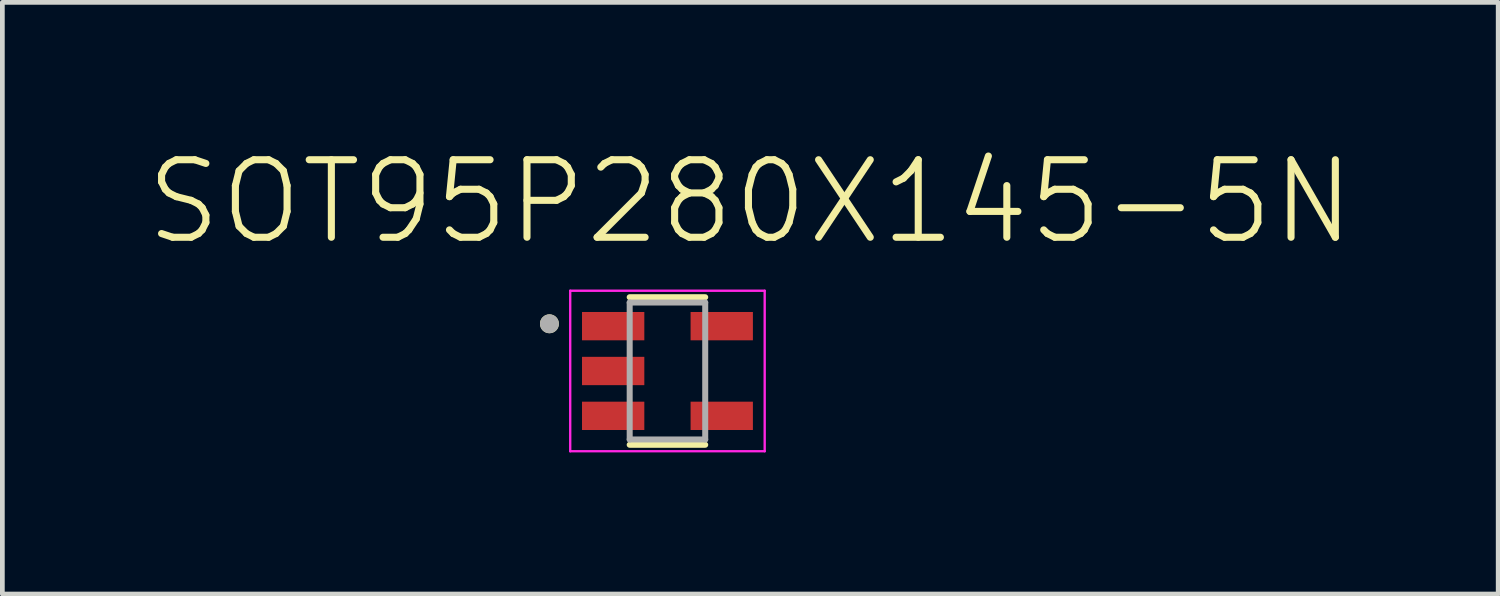
<source format=kicad_pcb>
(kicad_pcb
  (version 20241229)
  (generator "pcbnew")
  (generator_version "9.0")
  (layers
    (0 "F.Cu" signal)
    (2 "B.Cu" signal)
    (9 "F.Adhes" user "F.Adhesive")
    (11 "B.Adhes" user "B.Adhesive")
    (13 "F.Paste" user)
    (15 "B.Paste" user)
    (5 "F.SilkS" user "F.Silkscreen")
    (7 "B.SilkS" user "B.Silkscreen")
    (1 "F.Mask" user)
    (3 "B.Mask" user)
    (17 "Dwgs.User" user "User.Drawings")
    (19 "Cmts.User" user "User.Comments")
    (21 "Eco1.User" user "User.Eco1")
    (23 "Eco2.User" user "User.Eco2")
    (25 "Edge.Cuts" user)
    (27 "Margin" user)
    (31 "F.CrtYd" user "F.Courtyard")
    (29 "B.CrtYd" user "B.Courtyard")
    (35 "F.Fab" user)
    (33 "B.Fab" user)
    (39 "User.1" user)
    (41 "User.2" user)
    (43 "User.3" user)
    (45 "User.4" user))
  (footprint "SOT95P280X145-5N"
    (layer "F.Cu")
    (at 11.089 4.809)
    (property "Reference" "SOT95P280X145-5N" (at 1.755 -3.585 0) (layer "F.SilkS") (effects (font (size 1.642 1.642) (thickness 0.15))))
    (attr smd)
    (fp_line (start -0.8 -1.563) (end 0.8 -1.563) (stroke (width 0.127) (type solid)) (layer "F.SilkS"))
    (fp_line (start 0.8 1.563) (end -0.8 1.563) (stroke (width 0.127) (type solid)) (layer "F.SilkS"))
    (fp_circle (center -2.5 -1) (end -2.4 -1) (stroke (width 0.2) (type solid)) (fill no) (layer "F.SilkS"))
    (fp_line (start -2.06 -1.7) (end -2.06 1.7) (stroke (width 0.05) (type solid)) (layer "F.CrtYd"))
    (fp_line (start -2.06 1.7) (end 2.06 1.7) (stroke (width 0.05) (type solid)) (layer "F.CrtYd"))
    (fp_line (start 2.06 -1.7) (end -2.06 -1.7) (stroke (width 0.05) (type solid)) (layer "F.CrtYd"))
    (fp_line (start 2.06 1.7) (end 2.06 -1.7) (stroke (width 0.05) (type solid)) (layer "F.CrtYd"))
    (fp_line (start -0.8 -1.45) (end 0.8 -1.45) (stroke (width 0.127) (type solid)) (layer "F.Fab"))
    (fp_line (start -0.8 1.45) (end -0.8 -1.45) (stroke (width 0.127) (type solid)) (layer "F.Fab"))
    (fp_line (start 0.8 -1.45) (end 0.8 1.45) (stroke (width 0.127) (type solid)) (layer "F.Fab"))
    (fp_line (start 0.8 1.45) (end -0.8 1.45) (stroke (width 0.127) (type solid)) (layer "F.Fab"))
    (fp_circle (center -2.5 -1) (end -2.4 -1) (stroke (width 0.2) (type solid)) (fill no) (layer "F.Fab"))
    (pad "1" smd rect (at -1.15 -0.95) (size 1.32 0.6) (layers "F.Cu" "F.Mask" "F.Paste"))
    (pad "2" smd rect (at -1.15 0) (size 1.32 0.6) (layers "F.Cu" "F.Mask" "F.Paste"))
    (pad "3" smd rect (at -1.15 0.95) (size 1.32 0.6) (layers "F.Cu" "F.Mask" "F.Paste"))
    (pad "4" smd rect (at 1.15 0.95) (size 1.32 0.6) (layers "F.Cu" "F.Mask" "F.Paste"))
    (pad "5" smd rect (at 1.15 -0.95) (size 1.32 0.6) (layers "F.Cu" "F.Mask" "F.Paste")))
  (gr_rect
    (start -3 -3)
    (end 28.687 9.534)
    (stroke (width 0.1) (type default))
    (fill no)
    (layer "Edge.Cuts")))
</source>
